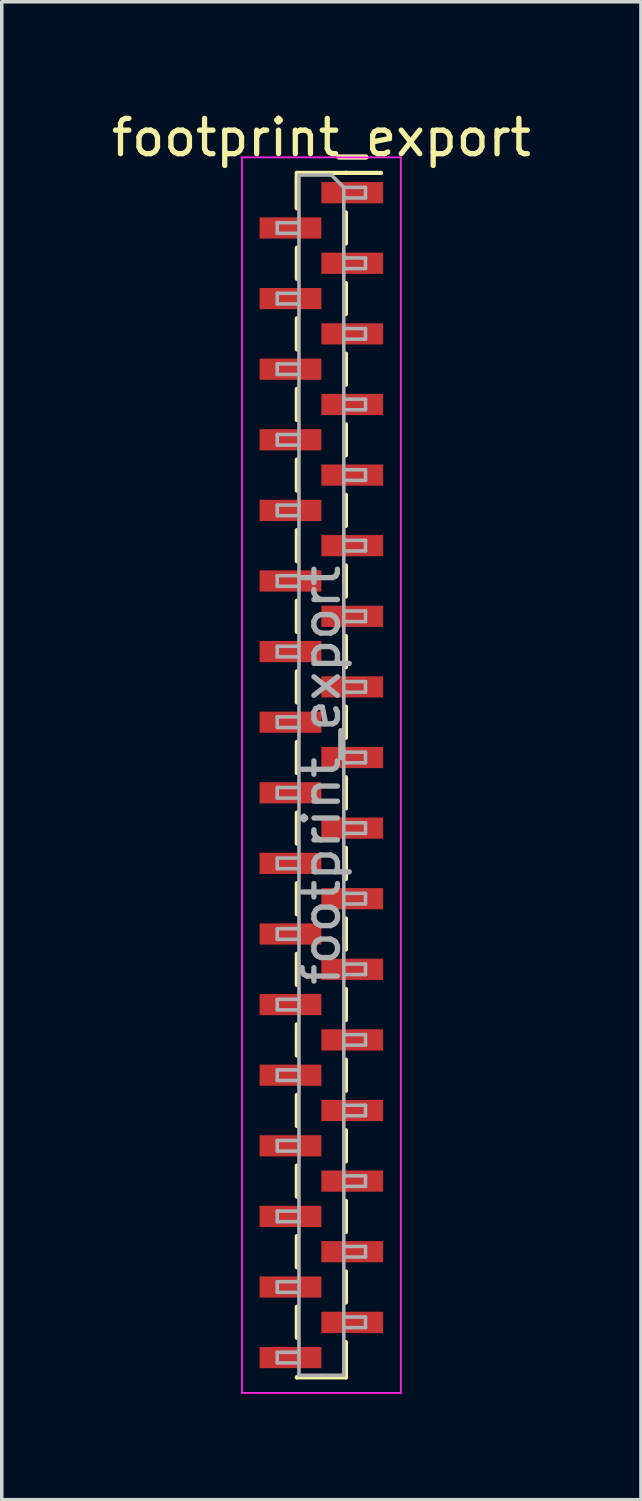
<source format=kicad_pcb>
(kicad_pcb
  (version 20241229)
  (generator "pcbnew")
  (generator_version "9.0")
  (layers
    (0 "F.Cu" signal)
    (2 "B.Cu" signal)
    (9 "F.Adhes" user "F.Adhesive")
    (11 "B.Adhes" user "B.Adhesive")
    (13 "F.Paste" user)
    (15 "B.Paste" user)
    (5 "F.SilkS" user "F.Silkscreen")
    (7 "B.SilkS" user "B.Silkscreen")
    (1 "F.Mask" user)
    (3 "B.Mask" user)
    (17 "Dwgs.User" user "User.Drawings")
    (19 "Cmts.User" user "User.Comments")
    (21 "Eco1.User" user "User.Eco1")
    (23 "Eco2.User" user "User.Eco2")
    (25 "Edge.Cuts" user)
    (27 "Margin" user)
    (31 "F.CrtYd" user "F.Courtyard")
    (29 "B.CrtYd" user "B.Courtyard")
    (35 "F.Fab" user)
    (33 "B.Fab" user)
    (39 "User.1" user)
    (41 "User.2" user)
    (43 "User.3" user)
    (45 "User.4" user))
  (footprint "footprint_export"
    (layer "F.Cu")
    (at 6.054 18.908)
    (property "Reference" "footprint_export" (at 0 -18.06 0) (layer "F.SilkS") (effects (font (size 1 1) (thickness 0.15))))
    (attr smd)
    (fp_line (start -0.695 -17.06) (end -0.695 -16.06) (stroke (width 0.12) (type solid)) (layer "F.SilkS"))
    (fp_line (start -0.695 -17.06) (end 0.695 -17.06) (stroke (width 0.12) (type solid)) (layer "F.SilkS"))
    (fp_line (start -0.695 -16.94) (end -0.695 -16.06) (stroke (width 0.12) (type solid)) (layer "F.SilkS"))
    (fp_line (start -0.695 -14.94) (end -0.695 -14.06) (stroke (width 0.12) (type solid)) (layer "F.SilkS"))
    (fp_line (start -0.695 -12.94) (end -0.695 -12.06) (stroke (width 0.12) (type solid)) (layer "F.SilkS"))
    (fp_line (start -0.695 -10.94) (end -0.695 -10.06) (stroke (width 0.12) (type solid)) (layer "F.SilkS"))
    (fp_line (start -0.695 -8.94) (end -0.695 -8.06) (stroke (width 0.12) (type solid)) (layer "F.SilkS"))
    (fp_line (start -0.695 -6.94) (end -0.695 -6.06) (stroke (width 0.12) (type solid)) (layer "F.SilkS"))
    (fp_line (start -0.695 -4.94) (end -0.695 -4.06) (stroke (width 0.12) (type solid)) (layer "F.SilkS"))
    (fp_line (start -0.695 -2.94) (end -0.695 -2.06) (stroke (width 0.12) (type solid)) (layer "F.SilkS"))
    (fp_line (start -0.695 -0.94) (end -0.695 -0.06) (stroke (width 0.12) (type solid)) (layer "F.SilkS"))
    (fp_line (start -0.695 1.06) (end -0.695 1.94) (stroke (width 0.12) (type solid)) (layer "F.SilkS"))
    (fp_line (start -0.695 3.06) (end -0.695 3.94) (stroke (width 0.12) (type solid)) (layer "F.SilkS"))
    (fp_line (start -0.695 5.06) (end -0.695 5.94) (stroke (width 0.12) (type solid)) (layer "F.SilkS"))
    (fp_line (start -0.695 7.06) (end -0.695 7.94) (stroke (width 0.12) (type solid)) (layer "F.SilkS"))
    (fp_line (start -0.695 9.06) (end -0.695 9.94) (stroke (width 0.12) (type solid)) (layer "F.SilkS"))
    (fp_line (start -0.695 11.06) (end -0.695 11.94) (stroke (width 0.12) (type solid)) (layer "F.SilkS"))
    (fp_line (start -0.695 13.06) (end -0.695 13.94) (stroke (width 0.12) (type solid)) (layer "F.SilkS"))
    (fp_line (start -0.695 15.06) (end -0.695 15.94) (stroke (width 0.12) (type solid)) (layer "F.SilkS"))
    (fp_line (start -0.695 17.06) (end -0.695 17.06) (stroke (width 0.12) (type solid)) (layer "F.SilkS"))
    (fp_line (start -0.695 17.06) (end 0.695 17.06) (stroke (width 0.12) (type solid)) (layer "F.SilkS"))
    (fp_line (start 0.695 -17.06) (end 0.695 -17.06) (stroke (width 0.12) (type solid)) (layer "F.SilkS"))
    (fp_line (start 0.695 -17.06) (end 1.69 -17.06) (stroke (width 0.12) (type solid)) (layer "F.SilkS"))
    (fp_line (start 0.695 -15.94) (end 0.695 -15.06) (stroke (width 0.12) (type solid)) (layer "F.SilkS"))
    (fp_line (start 0.695 -13.94) (end 0.695 -13.06) (stroke (width 0.12) (type solid)) (layer "F.SilkS"))
    (fp_line (start 0.695 -11.94) (end 0.695 -11.06) (stroke (width 0.12) (type solid)) (layer "F.SilkS"))
    (fp_line (start 0.695 -9.94) (end 0.695 -9.06) (stroke (width 0.12) (type solid)) (layer "F.SilkS"))
    (fp_line (start 0.695 -7.94) (end 0.695 -7.06) (stroke (width 0.12) (type solid)) (layer "F.SilkS"))
    (fp_line (start 0.695 -5.94) (end 0.695 -5.06) (stroke (width 0.12) (type solid)) (layer "F.SilkS"))
    (fp_line (start 0.695 -3.94) (end 0.695 -3.06) (stroke (width 0.12) (type solid)) (layer "F.SilkS"))
    (fp_line (start 0.695 -1.94) (end 0.695 -1.06) (stroke (width 0.12) (type solid)) (layer "F.SilkS"))
    (fp_line (start 0.695 0.06) (end 0.695 0.94) (stroke (width 0.12) (type solid)) (layer "F.SilkS"))
    (fp_line (start 0.695 2.06) (end 0.695 2.94) (stroke (width 0.12) (type solid)) (layer "F.SilkS"))
    (fp_line (start 0.695 4.06) (end 0.695 4.94) (stroke (width 0.12) (type solid)) (layer "F.SilkS"))
    (fp_line (start 0.695 6.06) (end 0.695 6.94) (stroke (width 0.12) (type solid)) (layer "F.SilkS"))
    (fp_line (start 0.695 8.06) (end 0.695 8.94) (stroke (width 0.12) (type solid)) (layer "F.SilkS"))
    (fp_line (start 0.695 10.06) (end 0.695 10.94) (stroke (width 0.12) (type solid)) (layer "F.SilkS"))
    (fp_line (start 0.695 12.06) (end 0.695 12.94) (stroke (width 0.12) (type solid)) (layer "F.SilkS"))
    (fp_line (start 0.695 14.06) (end 0.695 14.94) (stroke (width 0.12) (type solid)) (layer "F.SilkS"))
    (fp_line (start 0.695 16.06) (end 0.695 17.06) (stroke (width 0.12) (type solid)) (layer "F.SilkS"))
    (fp_line (start -2.25 -17.5) (end -2.25 17.5) (stroke (width 0.05) (type solid)) (layer "F.CrtYd"))
    (fp_line (start -2.25 17.5) (end 2.25 17.5) (stroke (width 0.05) (type solid)) (layer "F.CrtYd"))
    (fp_line (start 2.25 -17.5) (end -2.25 -17.5) (stroke (width 0.05) (type solid)) (layer "F.CrtYd"))
    (fp_line (start 2.25 17.5) (end 2.25 -17.5) (stroke (width 0.05) (type solid)) (layer "F.CrtYd"))
    (fp_line (start -1.25 -15.65) (end -1.25 -15.35) (stroke (width 0.1) (type solid)) (layer "F.Fab"))
    (fp_line (start -1.25 -15.35) (end -0.635 -15.35) (stroke (width 0.1) (type solid)) (layer "F.Fab"))
    (fp_line (start -1.25 -13.65) (end -1.25 -13.35) (stroke (width 0.1) (type solid)) (layer "F.Fab"))
    (fp_line (start -1.25 -13.35) (end -0.635 -13.35) (stroke (width 0.1) (type solid)) (layer "F.Fab"))
    (fp_line (start -1.25 -11.65) (end -1.25 -11.35) (stroke (width 0.1) (type solid)) (layer "F.Fab"))
    (fp_line (start -1.25 -11.35) (end -0.635 -11.35) (stroke (width 0.1) (type solid)) (layer "F.Fab"))
    (fp_line (start -1.25 -9.65) (end -1.25 -9.35) (stroke (width 0.1) (type solid)) (layer "F.Fab"))
    (fp_line (start -1.25 -9.35) (end -0.635 -9.35) (stroke (width 0.1) (type solid)) (layer "F.Fab"))
    (fp_line (start -1.25 -7.65) (end -1.25 -7.35) (stroke (width 0.1) (type solid)) (layer "F.Fab"))
    (fp_line (start -1.25 -7.35) (end -0.635 -7.35) (stroke (width 0.1) (type solid)) (layer "F.Fab"))
    (fp_line (start -1.25 -5.65) (end -1.25 -5.35) (stroke (width 0.1) (type solid)) (layer "F.Fab"))
    (fp_line (start -1.25 -5.35) (end -0.635 -5.35) (stroke (width 0.1) (type solid)) (layer "F.Fab"))
    (fp_line (start -1.25 -3.65) (end -1.25 -3.35) (stroke (width 0.1) (type solid)) (layer "F.Fab"))
    (fp_line (start -1.25 -3.35) (end -0.635 -3.35) (stroke (width 0.1) (type solid)) (layer "F.Fab"))
    (fp_line (start -1.25 -1.65) (end -1.25 -1.35) (stroke (width 0.1) (type solid)) (layer "F.Fab"))
    (fp_line (start -1.25 -1.35) (end -0.635 -1.35) (stroke (width 0.1) (type solid)) (layer "F.Fab"))
    (fp_line (start -1.25 0.35) (end -1.25 0.65) (stroke (width 0.1) (type solid)) (layer "F.Fab"))
    (fp_line (start -1.25 0.65) (end -0.635 0.65) (stroke (width 0.1) (type solid)) (layer "F.Fab"))
    (fp_line (start -1.25 2.35) (end -1.25 2.65) (stroke (width 0.1) (type solid)) (layer "F.Fab"))
    (fp_line (start -1.25 2.65) (end -0.635 2.65) (stroke (width 0.1) (type solid)) (layer "F.Fab"))
    (fp_line (start -1.25 4.35) (end -1.25 4.65) (stroke (width 0.1) (type solid)) (layer "F.Fab"))
    (fp_line (start -1.25 4.65) (end -0.635 4.65) (stroke (width 0.1) (type solid)) (layer "F.Fab"))
    (fp_line (start -1.25 6.35) (end -1.25 6.65) (stroke (width 0.1) (type solid)) (layer "F.Fab"))
    (fp_line (start -1.25 6.65) (end -0.635 6.65) (stroke (width 0.1) (type solid)) (layer "F.Fab"))
    (fp_line (start -1.25 8.35) (end -1.25 8.65) (stroke (width 0.1) (type solid)) (layer "F.Fab"))
    (fp_line (start -1.25 8.65) (end -0.635 8.65) (stroke (width 0.1) (type solid)) (layer "F.Fab"))
    (fp_line (start -1.25 10.35) (end -1.25 10.65) (stroke (width 0.1) (type solid)) (layer "F.Fab"))
    (fp_line (start -1.25 10.65) (end -0.635 10.65) (stroke (width 0.1) (type solid)) (layer "F.Fab"))
    (fp_line (start -1.25 12.35) (end -1.25 12.65) (stroke (width 0.1) (type solid)) (layer "F.Fab"))
    (fp_line (start -1.25 12.65) (end -0.635 12.65) (stroke (width 0.1) (type solid)) (layer "F.Fab"))
    (fp_line (start -1.25 14.35) (end -1.25 14.65) (stroke (width 0.1) (type solid)) (layer "F.Fab"))
    (fp_line (start -1.25 14.65) (end -0.635 14.65) (stroke (width 0.1) (type solid)) (layer "F.Fab"))
    (fp_line (start -1.25 16.35) (end -1.25 16.65) (stroke (width 0.1) (type solid)) (layer "F.Fab"))
    (fp_line (start -1.25 16.65) (end -0.635 16.65) (stroke (width 0.1) (type solid)) (layer "F.Fab"))
    (fp_line (start -0.635 -17) (end -0.635 17) (stroke (width 0.1) (type solid)) (layer "F.Fab"))
    (fp_line (start -0.635 -17) (end 0.285 -17) (stroke (width 0.1) (type solid)) (layer "F.Fab"))
    (fp_line (start -0.635 -15.65) (end -1.25 -15.65) (stroke (width 0.1) (type solid)) (layer "F.Fab"))
    (fp_line (start -0.635 -13.65) (end -1.25 -13.65) (stroke (width 0.1) (type solid)) (layer "F.Fab"))
    (fp_line (start -0.635 -11.65) (end -1.25 -11.65) (stroke (width 0.1) (type solid)) (layer "F.Fab"))
    (fp_line (start -0.635 -9.65) (end -1.25 -9.65) (stroke (width 0.1) (type solid)) (layer "F.Fab"))
    (fp_line (start -0.635 -7.65) (end -1.25 -7.65) (stroke (width 0.1) (type solid)) (layer "F.Fab"))
    (fp_line (start -0.635 -5.65) (end -1.25 -5.65) (stroke (width 0.1) (type solid)) (layer "F.Fab"))
    (fp_line (start -0.635 -3.65) (end -1.25 -3.65) (stroke (width 0.1) (type solid)) (layer "F.Fab"))
    (fp_line (start -0.635 -1.65) (end -1.25 -1.65) (stroke (width 0.1) (type solid)) (layer "F.Fab"))
    (fp_line (start -0.635 0.35) (end -1.25 0.35) (stroke (width 0.1) (type solid)) (layer "F.Fab"))
    (fp_line (start -0.635 2.35) (end -1.25 2.35) (stroke (width 0.1) (type solid)) (layer "F.Fab"))
    (fp_line (start -0.635 4.35) (end -1.25 4.35) (stroke (width 0.1) (type solid)) (layer "F.Fab"))
    (fp_line (start -0.635 6.35) (end -1.25 6.35) (stroke (width 0.1) (type solid)) (layer "F.Fab"))
    (fp_line (start -0.635 8.35) (end -1.25 8.35) (stroke (width 0.1) (type solid)) (layer "F.Fab"))
    (fp_line (start -0.635 10.35) (end -1.25 10.35) (stroke (width 0.1) (type solid)) (layer "F.Fab"))
    (fp_line (start -0.635 12.35) (end -1.25 12.35) (stroke (width 0.1) (type solid)) (layer "F.Fab"))
    (fp_line (start -0.635 14.35) (end -1.25 14.35) (stroke (width 0.1) (type solid)) (layer "F.Fab"))
    (fp_line (start -0.635 16.35) (end -1.25 16.35) (stroke (width 0.1) (type solid)) (layer "F.Fab"))
    (fp_line (start 0.635 -16.65) (end 0.285 -17) (stroke (width 0.1) (type solid)) (layer "F.Fab"))
    (fp_line (start 0.635 -16.65) (end 1.25 -16.65) (stroke (width 0.1) (type solid)) (layer "F.Fab"))
    (fp_line (start 0.635 -14.65) (end 1.25 -14.65) (stroke (width 0.1) (type solid)) (layer "F.Fab"))
    (fp_line (start 0.635 -12.65) (end 1.25 -12.65) (stroke (width 0.1) (type solid)) (layer "F.Fab"))
    (fp_line (start 0.635 -10.65) (end 1.25 -10.65) (stroke (width 0.1) (type solid)) (layer "F.Fab"))
    (fp_line (start 0.635 -8.65) (end 1.25 -8.65) (stroke (width 0.1) (type solid)) (layer "F.Fab"))
    (fp_line (start 0.635 -6.65) (end 1.25 -6.65) (stroke (width 0.1) (type solid)) (layer "F.Fab"))
    (fp_line (start 0.635 -4.65) (end 1.25 -4.65) (stroke (width 0.1) (type solid)) (layer "F.Fab"))
    (fp_line (start 0.635 -2.65) (end 1.25 -2.65) (stroke (width 0.1) (type solid)) (layer "F.Fab"))
    (fp_line (start 0.635 -0.65) (end 1.25 -0.65) (stroke (width 0.1) (type solid)) (layer "F.Fab"))
    (fp_line (start 0.635 1.35) (end 1.25 1.35) (stroke (width 0.1) (type solid)) (layer "F.Fab"))
    (fp_line (start 0.635 3.35) (end 1.25 3.35) (stroke (width 0.1) (type solid)) (layer "F.Fab"))
    (fp_line (start 0.635 5.35) (end 1.25 5.35) (stroke (width 0.1) (type solid)) (layer "F.Fab"))
    (fp_line (start 0.635 7.35) (end 1.25 7.35) (stroke (width 0.1) (type solid)) (layer "F.Fab"))
    (fp_line (start 0.635 9.35) (end 1.25 9.35) (stroke (width 0.1) (type solid)) (layer "F.Fab"))
    (fp_line (start 0.635 11.35) (end 1.25 11.35) (stroke (width 0.1) (type solid)) (layer "F.Fab"))
    (fp_line (start 0.635 13.35) (end 1.25 13.35) (stroke (width 0.1) (type solid)) (layer "F.Fab"))
    (fp_line (start 0.635 15.35) (end 1.25 15.35) (stroke (width 0.1) (type solid)) (layer "F.Fab"))
    (fp_line (start 0.635 17) (end -0.635 17) (stroke (width 0.1) (type solid)) (layer "F.Fab"))
    (fp_line (start 0.635 17) (end 0.635 -16.65) (stroke (width 0.1) (type solid)) (layer "F.Fab"))
    (fp_line (start 1.25 -16.65) (end 1.25 -16.35) (stroke (width 0.1) (type solid)) (layer "F.Fab"))
    (fp_line (start 1.25 -16.35) (end 0.635 -16.35) (stroke (width 0.1) (type solid)) (layer "F.Fab"))
    (fp_line (start 1.25 -14.65) (end 1.25 -14.35) (stroke (width 0.1) (type solid)) (layer "F.Fab"))
    (fp_line (start 1.25 -14.35) (end 0.635 -14.35) (stroke (width 0.1) (type solid)) (layer "F.Fab"))
    (fp_line (start 1.25 -12.65) (end 1.25 -12.35) (stroke (width 0.1) (type solid)) (layer "F.Fab"))
    (fp_line (start 1.25 -12.35) (end 0.635 -12.35) (stroke (width 0.1) (type solid)) (layer "F.Fab"))
    (fp_line (start 1.25 -10.65) (end 1.25 -10.35) (stroke (width 0.1) (type solid)) (layer "F.Fab"))
    (fp_line (start 1.25 -10.35) (end 0.635 -10.35) (stroke (width 0.1) (type solid)) (layer "F.Fab"))
    (fp_line (start 1.25 -8.65) (end 1.25 -8.35) (stroke (width 0.1) (type solid)) (layer "F.Fab"))
    (fp_line (start 1.25 -8.35) (end 0.635 -8.35) (stroke (width 0.1) (type solid)) (layer "F.Fab"))
    (fp_line (start 1.25 -6.65) (end 1.25 -6.35) (stroke (width 0.1) (type solid)) (layer "F.Fab"))
    (fp_line (start 1.25 -6.35) (end 0.635 -6.35) (stroke (width 0.1) (type solid)) (layer "F.Fab"))
    (fp_line (start 1.25 -4.65) (end 1.25 -4.35) (stroke (width 0.1) (type solid)) (layer "F.Fab"))
    (fp_line (start 1.25 -4.35) (end 0.635 -4.35) (stroke (width 0.1) (type solid)) (layer "F.Fab"))
    (fp_line (start 1.25 -2.65) (end 1.25 -2.35) (stroke (width 0.1) (type solid)) (layer "F.Fab"))
    (fp_line (start 1.25 -2.35) (end 0.635 -2.35) (stroke (width 0.1) (type solid)) (layer "F.Fab"))
    (fp_line (start 1.25 -0.65) (end 1.25 -0.35) (stroke (width 0.1) (type solid)) (layer "F.Fab"))
    (fp_line (start 1.25 -0.35) (end 0.635 -0.35) (stroke (width 0.1) (type solid)) (layer "F.Fab"))
    (fp_line (start 1.25 1.35) (end 1.25 1.65) (stroke (width 0.1) (type solid)) (layer "F.Fab"))
    (fp_line (start 1.25 1.65) (end 0.635 1.65) (stroke (width 0.1) (type solid)) (layer "F.Fab"))
    (fp_line (start 1.25 3.35) (end 1.25 3.65) (stroke (width 0.1) (type solid)) (layer "F.Fab"))
    (fp_line (start 1.25 3.65) (end 0.635 3.65) (stroke (width 0.1) (type solid)) (layer "F.Fab"))
    (fp_line (start 1.25 5.35) (end 1.25 5.65) (stroke (width 0.1) (type solid)) (layer "F.Fab"))
    (fp_line (start 1.25 5.65) (end 0.635 5.65) (stroke (width 0.1) (type solid)) (layer "F.Fab"))
    (fp_line (start 1.25 7.35) (end 1.25 7.65) (stroke (width 0.1) (type solid)) (layer "F.Fab"))
    (fp_line (start 1.25 7.65) (end 0.635 7.65) (stroke (width 0.1) (type solid)) (layer "F.Fab"))
    (fp_line (start 1.25 9.35) (end 1.25 9.65) (stroke (width 0.1) (type solid)) (layer "F.Fab"))
    (fp_line (start 1.25 9.65) (end 0.635 9.65) (stroke (width 0.1) (type solid)) (layer "F.Fab"))
    (fp_line (start 1.25 11.35) (end 1.25 11.65) (stroke (width 0.1) (type solid)) (layer "F.Fab"))
    (fp_line (start 1.25 11.65) (end 0.635 11.65) (stroke (width 0.1) (type solid)) (layer "F.Fab"))
    (fp_line (start 1.25 13.35) (end 1.25 13.65) (stroke (width 0.1) (type solid)) (layer "F.Fab"))
    (fp_line (start 1.25 13.65) (end 0.635 13.65) (stroke (width 0.1) (type solid)) (layer "F.Fab"))
    (fp_line (start 1.25 15.35) (end 1.25 15.65) (stroke (width 0.1) (type solid)) (layer "F.Fab"))
    (fp_line (start 1.25 15.65) (end 0.635 15.65) (stroke (width 0.1) (type solid)) (layer "F.Fab"))
    (fp_text user "${REFERENCE}" (at 0 0 90) (layer "F.Fab") (effects (font (size 1 1) (thickness 0.15))))
    (pad "1" smd rect (at 0.875 -16.5) (size 1.75 0.6) (layers "F.Cu" "F.Mask" "F.Paste"))
    (pad "2" smd rect (at -0.875 -15.5) (size 1.75 0.6) (layers "F.Cu" "F.Mask" "F.Paste"))
    (pad "3" smd rect (at 0.875 -14.5) (size 1.75 0.6) (layers "F.Cu" "F.Mask" "F.Paste"))
    (pad "4" smd rect (at -0.875 -13.5) (size 1.75 0.6) (layers "F.Cu" "F.Mask" "F.Paste"))
    (pad "5" smd rect (at 0.875 -12.5) (size 1.75 0.6) (layers "F.Cu" "F.Mask" "F.Paste"))
    (pad "6" smd rect (at -0.875 -11.5) (size 1.75 0.6) (layers "F.Cu" "F.Mask" "F.Paste"))
    (pad "7" smd rect (at 0.875 -10.5) (size 1.75 0.6) (layers "F.Cu" "F.Mask" "F.Paste"))
    (pad "8" smd rect (at -0.875 -9.5) (size 1.75 0.6) (layers "F.Cu" "F.Mask" "F.Paste"))
    (pad "9" smd rect (at 0.875 -8.5) (size 1.75 0.6) (layers "F.Cu" "F.Mask" "F.Paste"))
    (pad "10" smd rect (at -0.875 -7.5) (size 1.75 0.6) (layers "F.Cu" "F.Mask" "F.Paste"))
    (pad "11" smd rect (at 0.875 -6.5) (size 1.75 0.6) (layers "F.Cu" "F.Mask" "F.Paste"))
    (pad "12" smd rect (at -0.875 -5.5) (size 1.75 0.6) (layers "F.Cu" "F.Mask" "F.Paste"))
    (pad "13" smd rect (at 0.875 -4.5) (size 1.75 0.6) (layers "F.Cu" "F.Mask" "F.Paste"))
    (pad "14" smd rect (at -0.875 -3.5) (size 1.75 0.6) (layers "F.Cu" "F.Mask" "F.Paste"))
    (pad "15" smd rect (at 0.875 -2.5) (size 1.75 0.6) (layers "F.Cu" "F.Mask" "F.Paste"))
    (pad "16" smd rect (at -0.875 -1.5) (size 1.75 0.6) (layers "F.Cu" "F.Mask" "F.Paste"))
    (pad "17" smd rect (at 0.875 -0.5) (size 1.75 0.6) (layers "F.Cu" "F.Mask" "F.Paste"))
    (pad "18" smd rect (at -0.875 0.5) (size 1.75 0.6) (layers "F.Cu" "F.Mask" "F.Paste"))
    (pad "19" smd rect (at 0.875 1.5) (size 1.75 0.6) (layers "F.Cu" "F.Mask" "F.Paste"))
    (pad "20" smd rect (at -0.875 2.5) (size 1.75 0.6) (layers "F.Cu" "F.Mask" "F.Paste"))
    (pad "21" smd rect (at 0.875 3.5) (size 1.75 0.6) (layers "F.Cu" "F.Mask" "F.Paste"))
    (pad "22" smd rect (at -0.875 4.5) (size 1.75 0.6) (layers "F.Cu" "F.Mask" "F.Paste"))
    (pad "23" smd rect (at 0.875 5.5) (size 1.75 0.6) (layers "F.Cu" "F.Mask" "F.Paste"))
    (pad "24" smd rect (at -0.875 6.5) (size 1.75 0.6) (layers "F.Cu" "F.Mask" "F.Paste"))
    (pad "25" smd rect (at 0.875 7.5) (size 1.75 0.6) (layers "F.Cu" "F.Mask" "F.Paste"))
    (pad "26" smd rect (at -0.875 8.5) (size 1.75 0.6) (layers "F.Cu" "F.Mask" "F.Paste"))
    (pad "27" smd rect (at 0.875 9.5) (size 1.75 0.6) (layers "F.Cu" "F.Mask" "F.Paste"))
    (pad "28" smd rect (at -0.875 10.5) (size 1.75 0.6) (layers "F.Cu" "F.Mask" "F.Paste"))
    (pad "29" smd rect (at 0.875 11.5) (size 1.75 0.6) (layers "F.Cu" "F.Mask" "F.Paste"))
    (pad "30" smd rect (at -0.875 12.5) (size 1.75 0.6) (layers "F.Cu" "F.Mask" "F.Paste"))
    (pad "31" smd rect (at 0.875 13.5) (size 1.75 0.6) (layers "F.Cu" "F.Mask" "F.Paste"))
    (pad "32" smd rect (at -0.875 14.5) (size 1.75 0.6) (layers "F.Cu" "F.Mask" "F.Paste"))
    (pad "33" smd rect (at 0.875 15.5) (size 1.75 0.6) (layers "F.Cu" "F.Mask" "F.Paste"))
    (pad "34" smd rect (at -0.875 16.5) (size 1.75 0.6) (layers "F.Cu" "F.Mask" "F.Paste")))
  (gr_rect
    (start -3 -3)
    (end 15.107 39.433)
    (stroke (width 0.1) (type default))
    (fill no)
    (layer "Edge.Cuts")))
</source>
